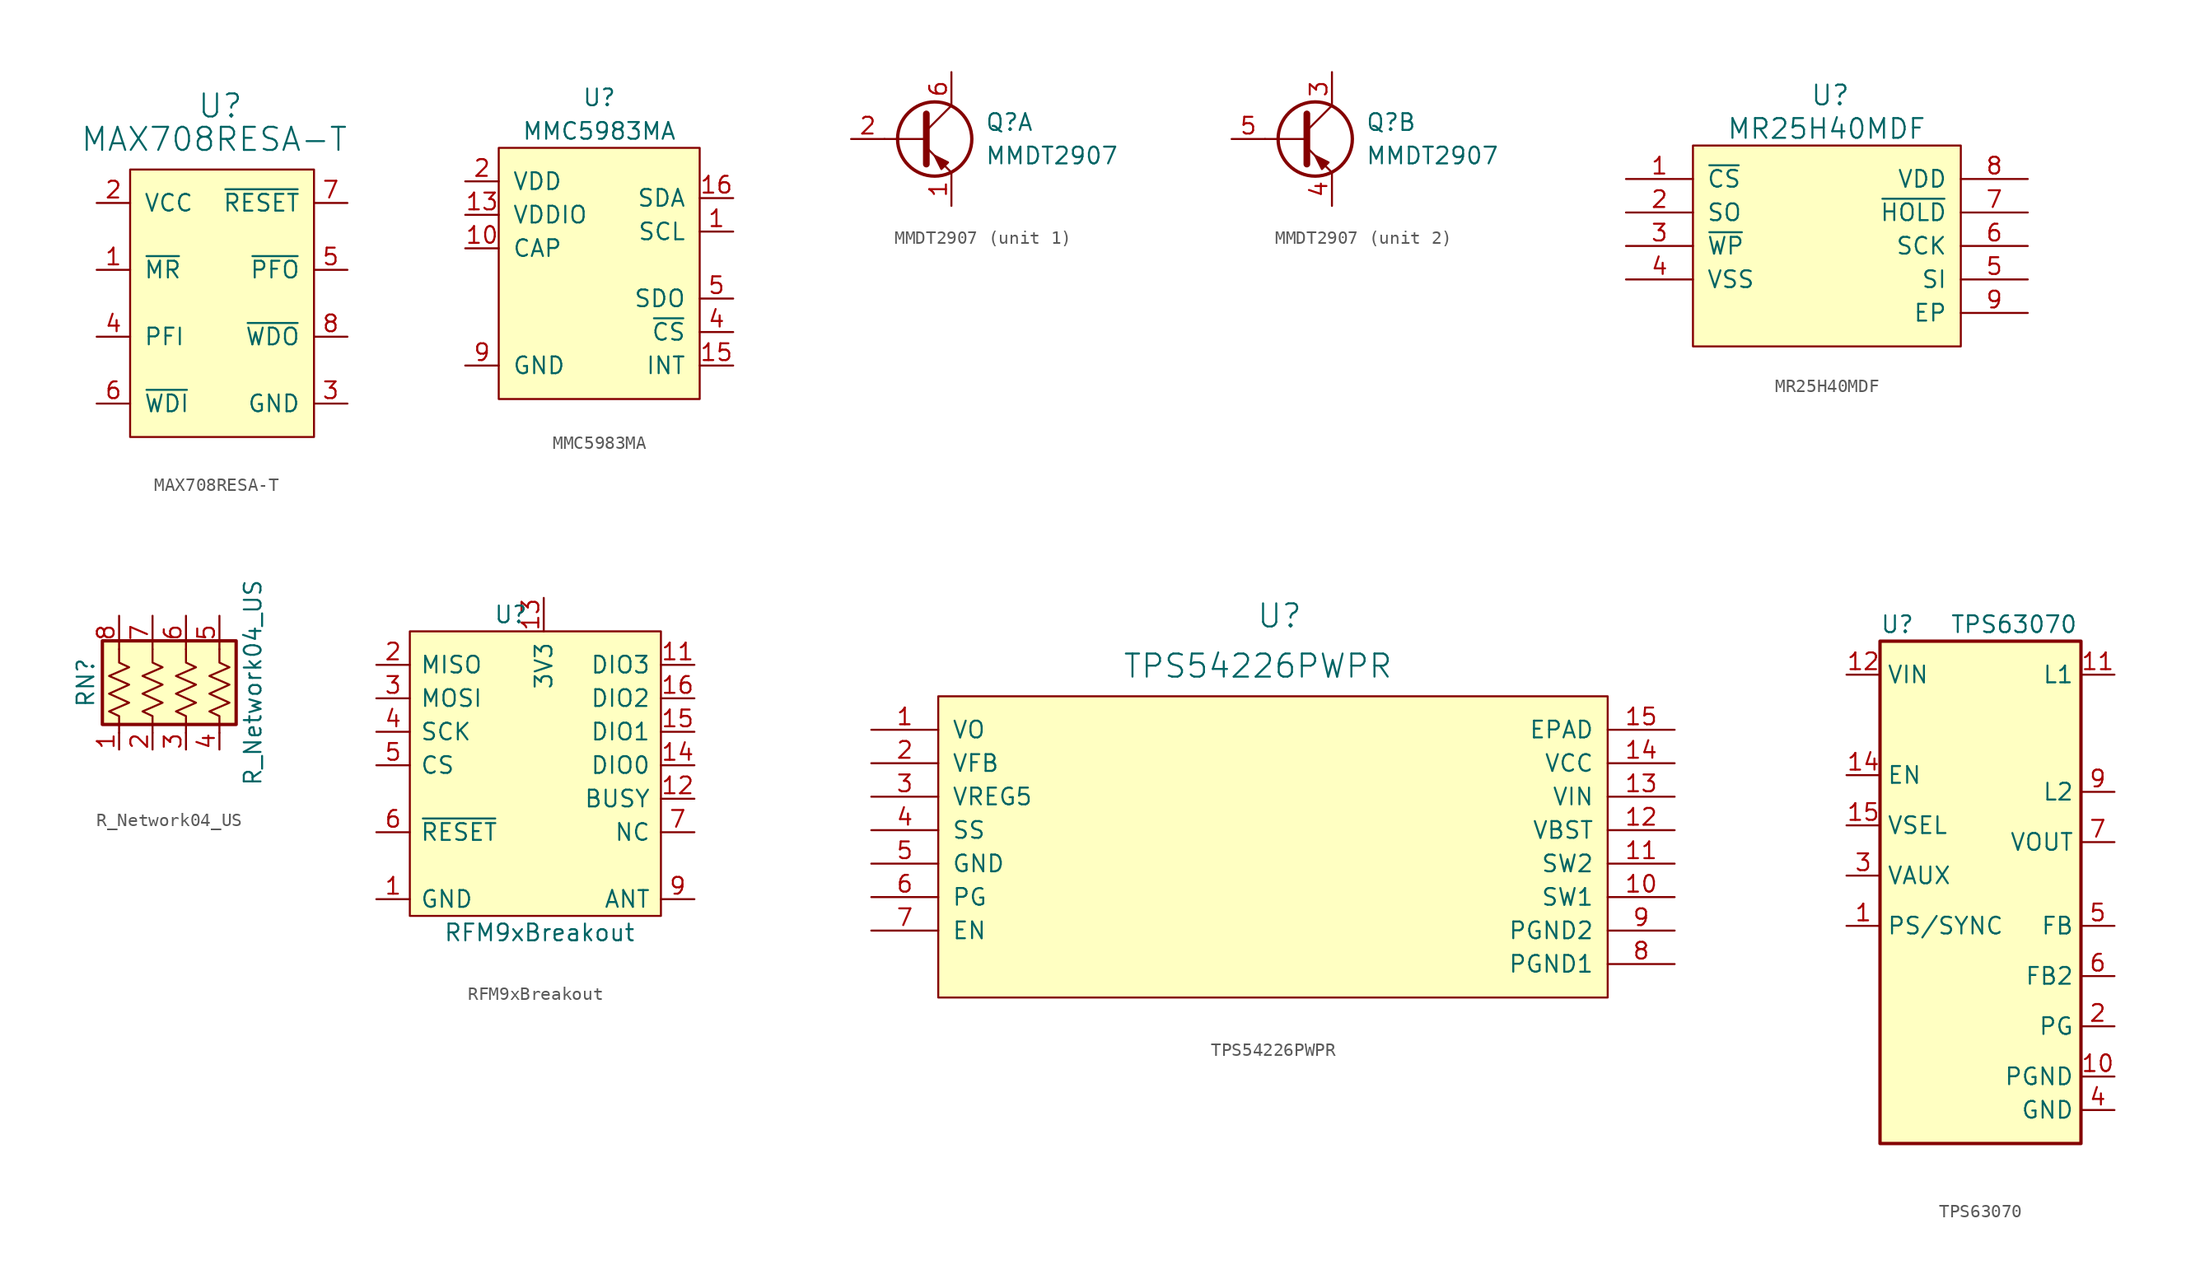
<source format=kicad_sym>
(kicad_symbol_lib
  (version 20220914)
  (generator kicad_symbol_editor)
  (symbol "MAX708RESA-T"
    (pin_names
      (offset 1.016))
    (property "Reference" "U"
      (at 5.08 3.81 0)
      (effects (font (size 1.753 1.753)) (justify left bottom)))
    (property "Value" "MAX708RESA-T"
      (at -3.81 1.27 0)
      (effects (font (size 1.753 1.753)) (justify left bottom)))
    (symbol "MAX708RESA-T_1_0"
      (pin input line (at -2.54 -7.62 0) (length 2.54) (name "~{MR}" (effects (font (size 1.27 1.27)))) (number "1" (effects (font (size 1.27 1.27)))))
      (pin power_in line (at -2.54 -2.54 0) (length 2.54) (name "VCC" (effects (font (size 1.27 1.27)))) (number "2" (effects (font (size 1.27 1.27)))))
      (pin power_in line (at 16.51 -17.78 180) (length 2.54) (name "GND" (effects (font (size 1.27 1.27)))) (number "3" (effects (font (size 1.27 1.27)))))
      (pin input line (at -2.54 -12.7 0) (length 2.54) (name "PFI" (effects (font (size 1.27 1.27)))) (number "4" (effects (font (size 1.27 1.27)))))
      (pin output line (at 16.51 -7.62 180) (length 2.54) (name "~{PFO}" (effects (font (size 1.27 1.27)))) (number "5" (effects (font (size 1.27 1.27)))))
      (pin input line (at -2.54 -17.78 0) (length 2.54) (name "~{WDI}" (effects (font (size 1.27 1.27)))) (number "6" (effects (font (size 1.27 1.27)))))
      (pin output line (at 16.51 -2.54 180) (length 2.54) (name "~{RESET}" (effects (font (size 1.27 1.27)))) (number "7" (effects (font (size 1.27 1.27)))))
      (pin output line (at 16.51 -12.7 180) (length 2.54) (name "~{WDO}" (effects (font (size 1.27 1.27)))) (number "8" (effects (font (size 1.27 1.27))))))
    (symbol "MAX708RESA-T_1_1"
      (rectangle (start 0 0) (end 13.97 -20.32) (stroke (width 0) (type default)) (fill (type background)))))
  (symbol "MMC5983MA"
    (pin_names
      (offset 1.016))
    (property "Reference" "U"
      (at 0 3.81 0)
      (effects (font (size 1.27 1.27))))
    (property "Value" "MMC5983MA"
      (at 0 1.27 0)
      (effects (font (size 1.27 1.27))))
    (symbol "MMC5983MA_0_1"
      (rectangle (start -7.62 0) (end 7.62 -19.05) (stroke (width 0) (type default)) (fill (type background))))
    (symbol "MMC5983MA_1_1"
      (pin input line (at 10.16 -6.35 180) (length 2.54) (name "SCL" (effects (font (size 1.27 1.27)))) (number "1" (effects (font (size 1.27 1.27)))))
      (pin input line (at -10.16 -7.62 0) (length 2.54) (name "CAP" (effects (font (size 1.27 1.27)))) (number "10" (effects (font (size 1.27 1.27)))))
      (pin input line (at -10.16 -16.51 0) (length 2.54) hide (name "GND" (effects (font (size 1.27 1.27)))) (number "11" (effects (font (size 1.27 1.27)))))
      (pin input line (at -10.16 -5.08 0) (length 2.54) (name "VDDIO" (effects (font (size 1.27 1.27)))) (number "13" (effects (font (size 1.27 1.27)))))
      (pin input line (at 10.16 -16.51 180) (length 2.54) (name "INT" (effects (font (size 1.27 1.27)))) (number "15" (effects (font (size 1.27 1.27)))))
      (pin input line (at 10.16 -3.81 180) (length 2.54) (name "SDA" (effects (font (size 1.27 1.27)))) (number "16" (effects (font (size 1.27 1.27)))))
      (pin input line (at -10.16 -2.54 0) (length 2.54) (name "VDD" (effects (font (size 1.27 1.27)))) (number "2" (effects (font (size 1.27 1.27)))))
      (pin input line (at 10.16 -13.97 180) (length 2.54) (name "~{CS}" (effects (font (size 1.27 1.27)))) (number "4" (effects (font (size 1.27 1.27)))))
      (pin input line (at 10.16 -11.43 180) (length 2.54) (name "SDO" (effects (font (size 1.27 1.27)))) (number "5" (effects (font (size 1.27 1.27)))))
      (pin input line (at -10.16 -16.51 0) (length 2.54) (name "GND" (effects (font (size 1.27 1.27)))) (number "9" (effects (font (size 1.27 1.27)))))))
  (symbol "MMDT2907"
    (pin_names
      (offset 0) hide)
    (property "Reference" "Q"
      (at 5.08 1.27 0)
      (effects (font (size 1.27 1.27)) (justify left)))
    (property "Value" "MMDT2907"
      (at 5.08 -1.27 0)
      (effects (font (size 1.27 1.27)) (justify left)))
    (property "ki_locked" ""
      (at 0 0 0)
      (effects (font (size 1.27 1.27))))
    (symbol "MMDT2907_0_1"
      (polyline (pts (xy 0.635 0) (xy -2.54 0)) (stroke (width 0) (type default)) (fill (type none)))
      (polyline (pts (xy 0.635 0.635) (xy 2.54 2.54)) (stroke (width 0) (type default)) (fill (type none)))
      (polyline (pts (xy 0.635 -0.635) (xy 2.54 -2.54) (xy 2.54 -2.54)) (stroke (width 0) (type default)) (fill (type none)))
      (polyline (pts (xy 0.635 1.905) (xy 0.635 -1.905) (xy 0.635 -1.905)) (stroke (width 0.508) (type default)) (fill (type none)))
      (polyline (pts (xy 2.286 -1.778) (xy 1.778 -2.286) (xy 1.27 -1.27) (xy 2.286 -1.778) (xy 2.286 -1.778)) (stroke (width 0) (type default)) (fill (type outline)))
      (circle (center 1.27 0) (radius 2.819) (stroke (width 0.254) (type default)) (fill (type none))))
    (symbol "MMDT2907_1_1"
      (pin passive line (at 2.54 -5.08 90) (length 2.54) (name "E1" (effects (font (size 1.27 1.27)))) (number "1" (effects (font (size 1.27 1.27)))))
      (pin input line (at -5.08 0 0) (length 2.54) (name "B1" (effects (font (size 1.27 1.27)))) (number "2" (effects (font (size 1.27 1.27)))))
      (pin passive line (at 2.54 5.08 270) (length 2.54) (name "C1" (effects (font (size 1.27 1.27)))) (number "6" (effects (font (size 1.27 1.27))))))
    (symbol "MMDT2907_2_1"
      (pin passive line (at 2.54 5.08 270) (length 2.54) (name "C2" (effects (font (size 1.27 1.27)))) (number "3" (effects (font (size 1.27 1.27)))))
      (pin passive line (at 2.54 -5.08 90) (length 2.54) (name "E2" (effects (font (size 1.27 1.27)))) (number "4" (effects (font (size 1.27 1.27)))))
      (pin input line (at -5.08 0 0) (length 2.54) (name "B2" (effects (font (size 1.27 1.27)))) (number "5" (effects (font (size 1.27 1.27)))))))
  (symbol "MR25H40MDF"
    (pin_names
      (offset 1.016))
    (property "Reference" "U"
      (at 13.97 6.35 0)
      (effects (font (size 1.499 1.499)) (justify left)))
    (property "Value" "MR25H40MDF"
      (at 7.62 3.81 0)
      (effects (font (size 1.499 1.499)) (justify left)))
    (symbol "MR25H40MDF_1_0"
      (rectangle (start 5.08 2.54) (end 25.4 -12.7) (stroke (width 0) (type default)) (fill (type background)))
      (pin bidirectional line (at 0 0 0) (length 5.08) (name "~{CS}" (effects (font (size 1.27 1.27)))) (number "1" (effects (font (size 1.27 1.27)))))
      (pin bidirectional line (at 0 -2.54 0) (length 5.08) (name "SO" (effects (font (size 1.27 1.27)))) (number "2" (effects (font (size 1.27 1.27)))))
      (pin bidirectional line (at 0 -5.08 0) (length 5.08) (name "~{WP}" (effects (font (size 1.27 1.27)))) (number "3" (effects (font (size 1.27 1.27)))))
      (pin bidirectional line (at 0 -7.62 0) (length 5.08) (name "VSS" (effects (font (size 1.27 1.27)))) (number "4" (effects (font (size 1.27 1.27)))))
      (pin bidirectional line (at 30.48 -7.62 180) (length 5.08) (name "SI" (effects (font (size 1.27 1.27)))) (number "5" (effects (font (size 1.27 1.27)))))
      (pin bidirectional line (at 30.48 -5.08 180) (length 5.08) (name "SCK" (effects (font (size 1.27 1.27)))) (number "6" (effects (font (size 1.27 1.27)))))
      (pin bidirectional line (at 30.48 -2.54 180) (length 5.08) (name "~{HOLD}" (effects (font (size 1.27 1.27)))) (number "7" (effects (font (size 1.27 1.27)))))
      (pin bidirectional line (at 30.48 0 180) (length 5.08) (name "VDD" (effects (font (size 1.27 1.27)))) (number "8" (effects (font (size 1.27 1.27)))))
      (pin bidirectional line (at 30.48 -10.16 180) (length 5.08) (name "EP" (effects (font (size 1.27 1.27)))) (number "9" (effects (font (size 1.27 1.27)))))))
  (symbol "R_Network04_US"
    (pin_names
      (offset 0) hide)
    (property "Reference" "RN"
      (at -7.62 0 90)
      (effects (font (size 1.27 1.27))))
    (property "Value" "R_Network04_US"
      (at 5.08 0 90)
      (effects (font (size 1.27 1.27))))
    (symbol "R_Network04_US_0_1"
      (rectangle (start -6.35 3.175) (end 3.81 -3.175) (stroke (width 0.254) (type default)) (fill (type background)))
      (polyline (pts (xy -5.08 2.54) (xy -5.08 1.524) (xy -4.318 1.168) (xy -5.842 0.508) (xy -4.318 -0.152) (xy -5.842 -0.838) (xy -4.318 -1.524) (xy -5.842 -2.184) (xy -5.08 -2.54) (xy -5.08 -3.81)) (stroke (width 0) (type default)) (fill (type none)))
      (polyline (pts (xy -2.54 2.54) (xy -2.54 1.524) (xy -1.778 1.168) (xy -3.302 0.508) (xy -1.778 -0.152) (xy -3.302 -0.838) (xy -1.778 -1.524) (xy -3.302 -2.184) (xy -2.54 -2.54) (xy -2.54 -3.81)) (stroke (width 0) (type default)) (fill (type none)))
      (polyline (pts (xy 0 2.54) (xy 0 1.524) (xy 0.762 1.168) (xy -0.762 0.508) (xy 0.762 -0.152) (xy -0.762 -0.838) (xy 0.762 -1.524) (xy -0.762 -2.184) (xy 0 -2.54) (xy 0 -3.81)) (stroke (width 0) (type default)) (fill (type none)))
      (polyline (pts (xy 2.54 2.54) (xy 2.54 1.524) (xy 3.302 1.168) (xy 1.778 0.508) (xy 3.302 -0.152) (xy 1.778 -0.838) (xy 3.302 -1.524) (xy 1.778 -2.184) (xy 2.54 -2.54) (xy 2.54 -3.81)) (stroke (width 0) (type default)) (fill (type none))))
    (symbol "R_Network04_US_1_1"
      (pin passive line (at -5.08 -5.08 90) (length 1.27) (name "~" (effects (font (size 1.27 1.27)))) (number "1" (effects (font (size 1.27 1.27)))))
      (pin passive line (at -2.54 -5.08 90) (length 1.27) (name "~" (effects (font (size 1.27 1.27)))) (number "2" (effects (font (size 1.27 1.27)))))
      (pin passive line (at 0 -5.08 90) (length 1.27) (name "~" (effects (font (size 1.27 1.27)))) (number "3" (effects (font (size 1.27 1.27)))))
      (pin passive line (at 2.54 -5.08 90) (length 1.27) (name "~" (effects (font (size 1.27 1.27)))) (number "4" (effects (font (size 1.27 1.27)))))
      (pin passive line (at 2.54 5.08 270) (length 2.54) (name "~" (effects (font (size 1.27 1.27)))) (number "5" (effects (font (size 1.27 1.27)))))
      (pin passive line (at 0 5.08 270) (length 2.54) (name "~" (effects (font (size 1.27 1.27)))) (number "6" (effects (font (size 1.27 1.27)))))
      (pin passive line (at -2.54 5.08 270) (length 2.54) (name "~" (effects (font (size 1.27 1.27)))) (number "7" (effects (font (size 1.27 1.27)))))
      (pin passive line (at -5.08 5.08 270) (length 2.54) (name "~" (effects (font (size 1.27 1.27)))) (number "8" (effects (font (size 1.27 1.27)))))))
  (symbol "RFM9xBreakout"
    (pin_names
      (offset 0.762))
    (property "Reference" "U"
      (at -3.81 12.7 0)
      (effects (font (size 1.27 1.27)) (justify left)))
    (property "Value" "RFM9xBreakout"
      (at -7.62 -11.43 0)
      (effects (font (size 1.27 1.27)) (justify left)))
    (symbol "RFM9xBreakout_1_1"
      (rectangle (start -10.16 11.43) (end 8.89 -10.16) (stroke (width 0) (type default)) (fill (type background)))
      (pin bidirectional line (at -12.7 -8.89 0) (length 2.54) (name "GND" (effects (font (size 1.27 1.27)))) (number "1" (effects (font (size 1.27 1.27)))))
      (pin bidirectional line (at -12.7 -8.89 0) (length 2.54) hide (name "GND" (effects (font (size 1.27 1.27)))) (number "10" (effects (font (size 1.27 1.27)))))
      (pin bidirectional line (at 11.43 8.89 180) (length 2.54) (name "DIO3" (effects (font (size 1.27 1.27)))) (number "11" (effects (font (size 1.27 1.27)))))
      (pin bidirectional line (at 11.43 -1.27 180) (length 2.54) (name "BUSY" (effects (font (size 1.27 1.27)))) (number "12" (effects (font (size 1.27 1.27)))))
      (pin bidirectional line (at 0 13.97 270) (length 2.54) (name "3V3" (effects (font (size 1.27 1.27)))) (number "13" (effects (font (size 1.27 1.27)))))
      (pin bidirectional line (at 11.43 1.27 180) (length 2.54) (name "DIO0" (effects (font (size 1.27 1.27)))) (number "14" (effects (font (size 1.27 1.27)))))
      (pin bidirectional line (at 11.43 3.81 180) (length 2.54) (name "DIO1" (effects (font (size 1.27 1.27)))) (number "15" (effects (font (size 1.27 1.27)))))
      (pin bidirectional line (at 11.43 6.35 180) (length 2.54) (name "DIO2" (effects (font (size 1.27 1.27)))) (number "16" (effects (font (size 1.27 1.27)))))
      (pin bidirectional line (at -12.7 8.89 0) (length 2.54) (name "MISO" (effects (font (size 1.27 1.27)))) (number "2" (effects (font (size 1.27 1.27)))))
      (pin bidirectional line (at -12.7 6.35 0) (length 2.54) (name "MOSI" (effects (font (size 1.27 1.27)))) (number "3" (effects (font (size 1.27 1.27)))))
      (pin bidirectional line (at -12.7 3.81 0) (length 2.54) (name "SCK" (effects (font (size 1.27 1.27)))) (number "4" (effects (font (size 1.27 1.27)))))
      (pin bidirectional line (at -12.7 1.27 0) (length 2.54) (name "CS" (effects (font (size 1.27 1.27)))) (number "5" (effects (font (size 1.27 1.27)))))
      (pin bidirectional line (at -12.7 -3.81 0) (length 2.54) (name "~{RESET}" (effects (font (size 1.27 1.27)))) (number "6" (effects (font (size 1.27 1.27)))))
      (pin bidirectional line (at 11.43 -3.81 180) (length 2.54) (name "NC" (effects (font (size 1.27 1.27)))) (number "7" (effects (font (size 1.27 1.27)))))
      (pin bidirectional line (at -12.7 -8.89 0) (length 2.54) hide (name "GND" (effects (font (size 1.27 1.27)))) (number "8" (effects (font (size 1.27 1.27)))))
      (pin bidirectional line (at 11.43 -8.89 180) (length 2.54) (name "ANT" (effects (font (size 1.27 1.27)))) (number "9" (effects (font (size 1.27 1.27)))))))
  (symbol "TPS54226PWPR"
    (pin_names
      (offset 1.016))
    (property "Reference" "U"
      (at 31.75 7.62 0)
      (effects (font (size 1.753 1.753)) (justify left bottom)))
    (property "Value" "TPS54226PWPR"
      (at 21.59 3.81 0)
      (effects (font (size 1.753 1.753)) (justify left bottom)))
    (symbol "TPS54226PWPR_1_0"
      (pin output line (at 2.54 0 0) (length 5.08) (name "VO" (effects (font (size 1.27 1.27)))) (number "1" (effects (font (size 1.27 1.27)))))
      (pin passive line (at 63.5 -12.7 180) (length 5.08) (name "SW1" (effects (font (size 1.27 1.27)))) (number "10" (effects (font (size 1.27 1.27)))))
      (pin passive line (at 63.5 -10.16 180) (length 5.08) (name "SW2" (effects (font (size 1.27 1.27)))) (number "11" (effects (font (size 1.27 1.27)))))
      (pin input line (at 63.5 -7.62 180) (length 5.08) (name "VBST" (effects (font (size 1.27 1.27)))) (number "12" (effects (font (size 1.27 1.27)))))
      (pin input line (at 63.5 -5.08 180) (length 5.08) (name "VIN" (effects (font (size 1.27 1.27)))) (number "13" (effects (font (size 1.27 1.27)))))
      (pin input line (at 63.5 -2.54 180) (length 5.08) (name "VCC" (effects (font (size 1.27 1.27)))) (number "14" (effects (font (size 1.27 1.27)))))
      (pin passive line (at 63.5 0 180) (length 5.08) (name "EPAD" (effects (font (size 1.27 1.27)))) (number "15" (effects (font (size 1.27 1.27)))))
      (pin input line (at 2.54 -2.54 0) (length 5.08) (name "VFB" (effects (font (size 1.27 1.27)))) (number "2" (effects (font (size 1.27 1.27)))))
      (pin output line (at 2.54 -5.08 0) (length 5.08) (name "VREG5" (effects (font (size 1.27 1.27)))) (number "3" (effects (font (size 1.27 1.27)))))
      (pin passive line (at 2.54 -7.62 0) (length 5.08) (name "SS" (effects (font (size 1.27 1.27)))) (number "4" (effects (font (size 1.27 1.27)))))
      (pin power_in line (at 2.54 -10.16 0) (length 5.08) (name "GND" (effects (font (size 1.27 1.27)))) (number "5" (effects (font (size 1.27 1.27)))))
      (pin output line (at 2.54 -12.7 0) (length 5.08) (name "PG" (effects (font (size 1.27 1.27)))) (number "6" (effects (font (size 1.27 1.27)))))
      (pin input line (at 2.54 -15.24 0) (length 5.08) (name "EN" (effects (font (size 1.27 1.27)))) (number "7" (effects (font (size 1.27 1.27)))))
      (pin power_in line (at 63.5 -17.78 180) (length 5.08) (name "PGND1" (effects (font (size 1.27 1.27)))) (number "8" (effects (font (size 1.27 1.27)))))
      (pin power_in line (at 63.5 -15.24 180) (length 5.08) (name "PGND2" (effects (font (size 1.27 1.27)))) (number "9" (effects (font (size 1.27 1.27))))))
    (symbol "TPS54226PWPR_1_1"
      (rectangle (start 7.62 2.54) (end 58.42 -20.32) (stroke (width 0) (type default)) (fill (type background)))))
  (symbol "TPS63070"
    (property "Reference" "U"
      (at -7.62 13.97 0)
      (effects (font (size 1.27 1.27)) (justify left)))
    (property "Value" "TPS63070"
      (at 2.54 13.97 0)
      (effects (font (size 1.27 1.27))))
    (symbol "TPS63070_0_1"
      (rectangle (start -7.62 12.7) (end 7.62 -25.4) (stroke (width 0.254) (type default)) (fill (type background))))
    (symbol "TPS63070_1_1"
      (pin input line (at -10.16 -8.89 0) (length 2.54) (name "PS/SYNC" (effects (font (size 1.27 1.27)))) (number "1" (effects (font (size 1.27 1.27)))))
      (pin power_in line (at 10.16 -20.32 180) (length 2.54) (name "PGND" (effects (font (size 1.27 1.27)))) (number "10" (effects (font (size 1.27 1.27)))))
      (pin input line (at 10.16 10.16 180) (length 2.54) (name "L1" (effects (font (size 1.27 1.27)))) (number "11" (effects (font (size 1.27 1.27)))))
      (pin power_in line (at -10.16 10.16 0) (length 2.54) (name "VIN" (effects (font (size 1.27 1.27)))) (number "12" (effects (font (size 1.27 1.27)))))
      (pin input line (at -10.16 2.54 0) (length 2.54) (name "EN" (effects (font (size 1.27 1.27)))) (number "14" (effects (font (size 1.27 1.27)))))
      (pin passive line (at -10.16 -1.27 0) (length 2.54) (name "VSEL" (effects (font (size 1.27 1.27)))) (number "15" (effects (font (size 1.27 1.27)))))
      (pin output line (at 10.16 -16.51 180) (length 2.54) (name "PG" (effects (font (size 1.27 1.27)))) (number "2" (effects (font (size 1.27 1.27)))))
      (pin passive line (at -10.16 -5.08 0) (length 2.54) (name "VAUX" (effects (font (size 1.27 1.27)))) (number "3" (effects (font (size 1.27 1.27)))))
      (pin power_in line (at 10.16 -22.86 180) (length 2.54) (name "GND" (effects (font (size 1.27 1.27)))) (number "4" (effects (font (size 1.27 1.27)))))
      (pin input line (at 10.16 -8.89 180) (length 2.54) (name "FB" (effects (font (size 1.27 1.27)))) (number "5" (effects (font (size 1.27 1.27)))))
      (pin input line (at 10.16 -12.7 180) (length 2.54) (name "FB2" (effects (font (size 1.27 1.27)))) (number "6" (effects (font (size 1.27 1.27)))))
      (pin power_out line (at 10.16 -2.54 180) (length 2.54) (name "VOUT" (effects (font (size 1.27 1.27)))) (number "7" (effects (font (size 1.27 1.27)))))
      (pin input line (at 10.16 1.27 180) (length 2.54) (name "L2" (effects (font (size 1.27 1.27)))) (number "9" (effects (font (size 1.27 1.27))))))))
</source>
